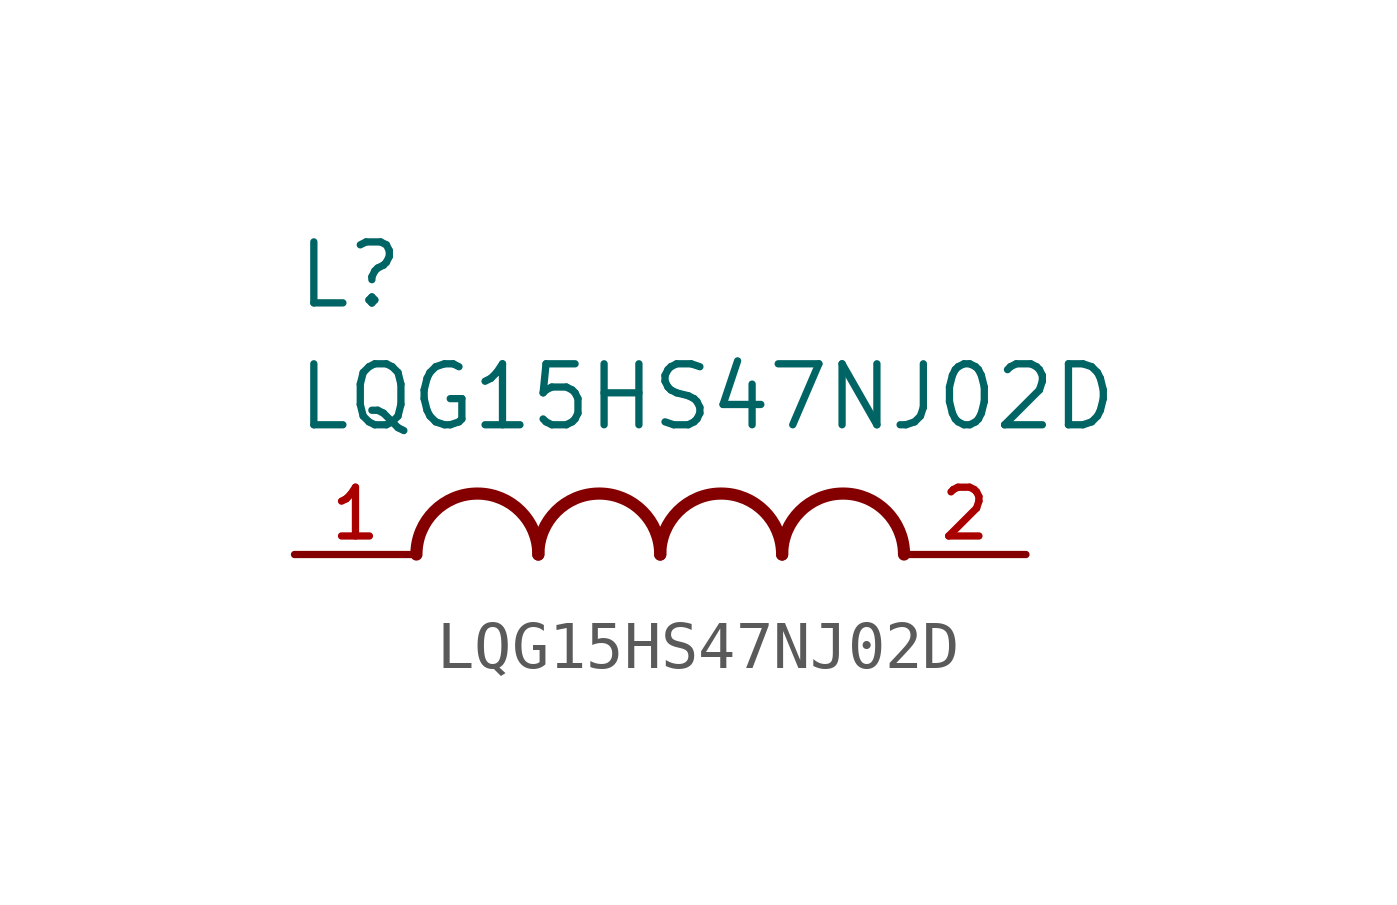
<source format=kicad_sym>
(kicad_symbol_lib
  (version 20211014)
  (generator kicad_symbol_editor)
  (symbol "LQG15HS47NJ02D"
    (pin_names
      (offset 1.016))
    (property "Reference" "L"
      (at -7.62 5.08 0)
      (effects (font (size 1.27 1.27)) (justify bottom left)))
    (property "Value" "LQG15HS47NJ02D"
      (at -7.62 2.54 0)
      (effects (font (size 1.27 1.27)) (justify bottom left)))
    (symbol "LQG15HS47NJ02D_0_0"
      (arc (start -2.54 0.0) (mid -3.81 1.27) (end -5.08 0.0) (stroke (width 0.254) (type default) (color 0 0 0 0)) (fill (type none)))
      (arc (start 0.0 0.0) (mid -1.27 1.27) (end -2.54 0.0) (stroke (width 0.254) (type default) (color 0 0 0 0)) (fill (type none)))
      (arc (start 2.54 0.0) (mid 1.27 1.27) (end 0.0 0.0) (stroke (width 0.254) (type default) (color 0 0 0 0)) (fill (type none)))
      (arc (start 5.08 0.0) (mid 3.81 1.27) (end 2.54 0.0) (stroke (width 0.254) (type default) (color 0 0 0 0)) (fill (type none)))
      (pin passive line (at -7.62 0.0 0) (length 2.54) (name "~" (effects (font (size 1.016 1.016)))) (number "1" (effects (font (size 1.016 1.016)))))
      (pin passive line (at 7.62 0.0 180.0) (length 2.54) (name "~" (effects (font (size 1.016 1.016)))) (number "2" (effects (font (size 1.016 1.016))))))))
</source>
